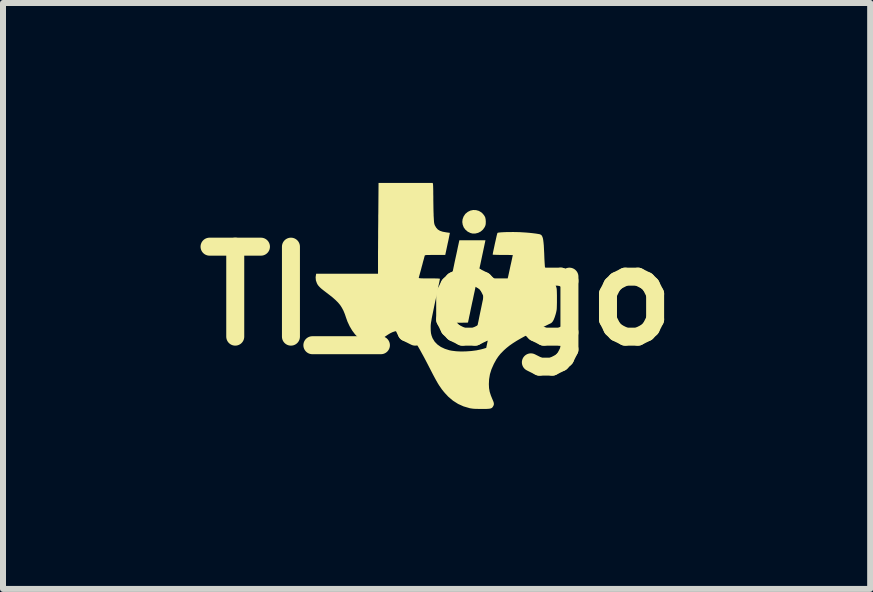
<source format=kicad_pcb>
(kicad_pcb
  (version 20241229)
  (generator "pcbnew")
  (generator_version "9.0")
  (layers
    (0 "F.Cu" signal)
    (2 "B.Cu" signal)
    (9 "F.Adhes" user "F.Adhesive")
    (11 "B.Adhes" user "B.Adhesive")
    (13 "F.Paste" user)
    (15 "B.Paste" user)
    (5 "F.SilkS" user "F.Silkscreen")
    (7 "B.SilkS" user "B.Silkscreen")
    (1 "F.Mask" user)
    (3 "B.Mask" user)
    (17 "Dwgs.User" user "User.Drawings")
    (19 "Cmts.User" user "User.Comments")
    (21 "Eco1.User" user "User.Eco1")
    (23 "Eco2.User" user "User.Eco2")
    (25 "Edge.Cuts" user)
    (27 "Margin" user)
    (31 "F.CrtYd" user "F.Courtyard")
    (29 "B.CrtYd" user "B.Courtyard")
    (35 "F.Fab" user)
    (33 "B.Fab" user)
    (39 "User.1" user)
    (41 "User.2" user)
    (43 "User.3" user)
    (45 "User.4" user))
  (footprint "TI_logo"
    (layer "F.Cu")
    (at 4.229 1.884)
    (property "Reference" "TI_logo" (at 0 0 0) (layer "F.SilkS") (effects (font (size 1.5 1.5) (thickness 0.3))))
    (attr board_only exclude_from_pos_files exclude_from_bom)
    (fp_poly (pts (xy 0.658 -1.431) (xy 0.704 -1.418) (xy 0.745 -1.394) (xy 0.764 -1.377) (xy 0.791 -1.345) (xy 0.809 -1.314) (xy 0.817 -1.279) (xy 0.82 -1.239) (xy 0.819 -1.207) (xy 0.816 -1.184) (xy 0.809 -1.164) (xy 0.801 -1.147) (xy 0.772 -1.106) (xy 0.735 -1.074) (xy 0.692 -1.052) (xy 0.645 -1.041) (xy 0.597 -1.041) (xy 0.563 -1.05) (xy 0.517 -1.073) (xy 0.48 -1.105) (xy 0.452 -1.143) (xy 0.435 -1.187) (xy 0.428 -1.233) (xy 0.433 -1.279) (xy 0.45 -1.325) (xy 0.478 -1.367) (xy 0.481 -1.37) (xy 0.52 -1.402) (xy 0.563 -1.423) (xy 0.61 -1.433)) (stroke (width 0) (type solid)) (fill yes) (layer "F.SilkS"))
    (fp_poly (pts (xy 0.77 -0.72) (xy 0.757 -0.659) (xy 0.743 -0.593) (xy 0.729 -0.527) (xy 0.715 -0.464) (xy 0.703 -0.408) (xy 0.695 -0.366) (xy 0.687 -0.328) (xy 0.676 -0.279) (xy 0.664 -0.22) (xy 0.65 -0.155) (xy 0.635 -0.084) (xy 0.619 -0.011) (xy 0.604 0.062) (xy 0.593 0.11) (xy 0.579 0.176) (xy 0.566 0.237) (xy 0.555 0.293) (xy 0.544 0.342) (xy 0.536 0.383) (xy 0.529 0.414) (xy 0.525 0.435) (xy 0.523 0.443) (xy 0.523 0.443) (xy 0.517 0.444) (xy 0.498 0.445) (xy 0.468 0.445) (xy 0.43 0.446) (xy 0.384 0.446) (xy 0.333 0.447) (xy 0.307 0.447) (xy 0.245 0.447) (xy 0.196 0.446) (xy 0.158 0.446) (xy 0.13 0.445) (xy 0.111 0.443) (xy 0.099 0.442) (xy 0.092 0.439) (xy 0.091 0.437) (xy 0.092 0.429) (xy 0.096 0.409) (xy 0.103 0.377) (xy 0.111 0.335) (xy 0.122 0.284) (xy 0.134 0.225) (xy 0.148 0.159) (xy 0.163 0.087) (xy 0.179 0.011) (xy 0.196 -0.069) (xy 0.214 -0.152) (xy 0.231 -0.235) (xy 0.249 -0.319) (xy 0.267 -0.402) (xy 0.284 -0.483) (xy 0.3 -0.561) (xy 0.316 -0.635) (xy 0.331 -0.703) (xy 0.344 -0.764) (xy 0.355 -0.818) (xy 0.365 -0.863) (xy 0.371 -0.891) (xy 0.379 -0.928) (xy 0.596 -0.928) (xy 0.814 -0.928)) (stroke (width 0) (type solid)) (fill yes) (layer "F.SilkS"))
    (fp_poly (pts (xy -0.06 -1.862) (xy -0.059 -1.849) (xy -0.058 -1.825) (xy -0.057 -1.791) (xy -0.056 -1.749) (xy -0.056 -1.701) (xy -0.055 -1.658) (xy -0.055 -1.599) (xy -0.054 -1.536) (xy -0.053 -1.473) (xy -0.052 -1.413) (xy -0.05 -1.362) (xy -0.05 -1.343) (xy -0.047 -1.295) (xy -0.045 -1.259) (xy -0.043 -1.231) (xy -0.04 -1.211) (xy -0.036 -1.195) (xy -0.031 -1.18) (xy -0.029 -1.176) (xy -0.007 -1.138) (xy 0.02 -1.108) (xy 0.056 -1.086) (xy 0.101 -1.071) (xy 0.157 -1.061) (xy 0.185 -1.057) (xy 0.207 -1.054) (xy 0.219 -1.052) (xy 0.221 -1.052) (xy 0.22 -1.045) (xy 0.216 -1.026) (xy 0.21 -0.997) (xy 0.203 -0.96) (xy 0.194 -0.916) (xy 0.183 -0.868) (xy 0.183 -0.867) (xy 0.144 -0.684) (xy -0.025 -0.684) (xy -0.078 -0.684) (xy -0.119 -0.683) (xy -0.149 -0.683) (xy -0.171 -0.682) (xy -0.184 -0.68) (xy -0.193 -0.678) (xy -0.197 -0.675) (xy -0.198 -0.672) (xy -0.201 -0.662) (xy -0.207 -0.64) (xy -0.215 -0.609) (xy -0.226 -0.571) (xy -0.237 -0.527) (xy -0.248 -0.488) (xy -0.26 -0.441) (xy -0.272 -0.398) (xy -0.282 -0.361) (xy -0.29 -0.332) (xy -0.295 -0.312) (xy -0.297 -0.305) (xy -0.298 -0.302) (xy -0.295 -0.299) (xy -0.288 -0.297) (xy -0.275 -0.295) (xy -0.255 -0.294) (xy -0.225 -0.293) (xy -0.185 -0.293) (xy -0.133 -0.293) (xy -0.123 -0.293) (xy -0.065 -0.293) (xy -0.018 -0.292) (xy 0.018 -0.291) (xy 0.043 -0.289) (xy 0.055 -0.287) (xy 0.056 -0.286) (xy 0.054 -0.278) (xy 0.05 -0.258) (xy 0.044 -0.227) (xy 0.035 -0.185) (xy 0.025 -0.136) (xy 0.013 -0.079) (xy -0.000184 -0.016) (xy -0.014 0.052) (xy -0.022 0.085) (xy -0.039 0.166) (xy -0.053 0.235) (xy -0.065 0.293) (xy -0.075 0.341) (xy -0.083 0.381) (xy -0.088 0.414) (xy -0.093 0.441) (xy -0.096 0.463) (xy -0.098 0.483) (xy -0.099 0.501) (xy -0.099 0.519) (xy -0.099 0.527) (xy -0.098 0.579) (xy -0.094 0.621) (xy -0.085 0.658) (xy -0.072 0.694) (xy -0.064 0.711) (xy -0.031 0.764) (xy 0.014 0.81) (xy 0.071 0.85) (xy 0.137 0.881) (xy 0.212 0.905) (xy 0.253 0.913) (xy 0.325 0.922) (xy 0.406 0.926) (xy 0.492 0.924) (xy 0.579 0.918) (xy 0.663 0.907) (xy 0.74 0.891) (xy 0.784 0.879) (xy 0.827 0.866) (xy 0.858 0.717) (xy 0.867 0.673) (xy 0.875 0.634) (xy 0.882 0.601) (xy 0.887 0.577) (xy 0.89 0.563) (xy 0.891 0.561) (xy 0.886 0.559) (xy 0.87 0.561) (xy 0.844 0.566) (xy 0.843 0.567) (xy 0.793 0.577) (xy 0.75 0.583) (xy 0.715 0.584) (xy 0.689 0.58) (xy 0.674 0.571) (xy 0.67 0.56) (xy 0.671 0.552) (xy 0.674 0.535) (xy 0.68 0.507) (xy 0.687 0.468) (xy 0.698 0.418) (xy 0.71 0.357) (xy 0.725 0.284) (xy 0.743 0.199) (xy 0.763 0.102) (xy 0.787 -0.009) (xy 0.813 -0.132) (xy 0.818 -0.155) (xy 0.847 -0.293) (xy 1.016 -0.293) (xy 1.185 -0.293) (xy 1.189 -0.309) (xy 1.192 -0.321) (xy 1.197 -0.344) (xy 1.204 -0.375) (xy 1.212 -0.412) (xy 1.221 -0.454) (xy 1.23 -0.497) (xy 1.24 -0.541) (xy 1.249 -0.582) (xy 1.257 -0.619) (xy 1.263 -0.649) (xy 1.268 -0.67) (xy 1.27 -0.68) (xy 1.27 -0.681) (xy 1.263 -0.682) (xy 1.245 -0.682) (xy 1.216 -0.683) (xy 1.179 -0.684) (xy 1.135 -0.684) (xy 1.103 -0.684) (xy 1.056 -0.684) (xy 1.014 -0.685) (xy 0.979 -0.686) (xy 0.953 -0.687) (xy 0.938 -0.688) (xy 0.935 -0.689) (xy 0.936 -0.7) (xy 0.94 -0.722) (xy 0.946 -0.752) (xy 0.954 -0.789) (xy 0.963 -0.831) (xy 0.972 -0.874) (xy 0.982 -0.917) (xy 0.991 -0.958) (xy 0.999 -0.994) (xy 1.006 -1.023) (xy 1.012 -1.043) (xy 1.014 -1.051) (xy 1.015 -1.051) (xy 1.025 -1.055) (xy 1.047 -1.058) (xy 1.08 -1.061) (xy 1.12 -1.063) (xy 1.167 -1.065) (xy 1.219 -1.065) (xy 1.272 -1.066) (xy 1.326 -1.065) (xy 1.379 -1.064) (xy 1.428 -1.061) (xy 1.43 -1.061) (xy 1.492 -1.057) (xy 1.551 -1.052) (xy 1.605 -1.046) (xy 1.653 -1.04) (xy 1.691 -1.034) (xy 1.718 -1.029) (xy 1.727 -1.026) (xy 1.741 -1.018) (xy 1.753 -1.007) (xy 1.762 -0.989) (xy 1.771 -0.965) (xy 1.777 -0.934) (xy 1.782 -0.893) (xy 1.787 -0.841) (xy 1.79 -0.779) (xy 1.794 -0.703) (xy 1.794 -0.701) (xy 1.797 -0.619) (xy 1.801 -0.55) (xy 1.805 -0.492) (xy 1.81 -0.444) (xy 1.816 -0.403) (xy 1.823 -0.37) (xy 1.831 -0.342) (xy 1.841 -0.318) (xy 1.842 -0.316) (xy 1.855 -0.292) (xy 1.867 -0.277) (xy 1.882 -0.265) (xy 1.906 -0.253) (xy 1.908 -0.252) (xy 1.94 -0.234) (xy 1.963 -0.214) (xy 1.98 -0.188) (xy 1.993 -0.153) (xy 1.997 -0.14) (xy 2.001 -0.124) (xy 2.003 -0.106) (xy 2.004 -0.082) (xy 2.005 -0.05) (xy 2.006 -0.009) (xy 2.006 0.043) (xy 2.006 0.056) (xy 2.006 0.11) (xy 2.005 0.152) (xy 2.004 0.185) (xy 2.003 0.212) (xy 2.001 0.233) (xy 1.997 0.253) (xy 1.993 0.273) (xy 1.987 0.295) (xy 1.987 0.297) (xy 1.969 0.354) (xy 1.951 0.399) (xy 1.932 0.431) (xy 1.912 0.451) (xy 1.905 0.455) (xy 1.893 0.461) (xy 1.869 0.472) (xy 1.837 0.488) (xy 1.798 0.507) (xy 1.753 0.529) (xy 1.705 0.552) (xy 1.689 0.56) (xy 1.584 0.612) (xy 1.491 0.66) (xy 1.409 0.705) (xy 1.336 0.747) (xy 1.273 0.787) (xy 1.217 0.826) (xy 1.168 0.865) (xy 1.124 0.904) (xy 1.111 0.917) (xy 1.065 0.964) (xy 1.028 1.01) (xy 0.995 1.059) (xy 0.963 1.117) (xy 0.954 1.134) (xy 0.915 1.221) (xy 0.889 1.305) (xy 0.875 1.389) (xy 0.871 1.469) (xy 0.874 1.536) (xy 0.885 1.599) (xy 0.905 1.661) (xy 0.928 1.717) (xy 0.944 1.754) (xy 0.953 1.782) (xy 0.955 1.805) (xy 0.95 1.825) (xy 0.942 1.84) (xy 0.933 1.854) (xy 0.923 1.865) (xy 0.91 1.872) (xy 0.892 1.878) (xy 0.867 1.881) (xy 0.834 1.883) (xy 0.791 1.884) (xy 0.745 1.883) (xy 0.69 1.883) (xy 0.646 1.882) (xy 0.61 1.88) (xy 0.581 1.876) (xy 0.555 1.872) (xy 0.548 1.87) (xy 0.449 1.841) (xy 0.358 1.8) (xy 0.273 1.746) (xy 0.196 1.681) (xy 0.139 1.62) (xy 0.112 1.588) (xy 0.088 1.558) (xy 0.066 1.526) (xy 0.043 1.493) (xy 0.02 1.456) (xy -0.004 1.414) (xy -0.031 1.365) (xy -0.062 1.307) (xy -0.097 1.239) (xy -0.117 1.2) (xy -0.165 1.107) (xy -0.208 1.025) (xy -0.247 0.954) (xy -0.281 0.892) (xy -0.312 0.839) (xy -0.34 0.794) (xy -0.366 0.754) (xy -0.39 0.721) (xy -0.414 0.691) (xy -0.437 0.665) (xy -0.447 0.655) (xy -0.485 0.62) (xy -0.523 0.597) (xy -0.562 0.584) (xy -0.608 0.58) (xy -0.632 0.581) (xy -0.667 0.585) (xy -0.701 0.592) (xy -0.734 0.603) (xy -0.77 0.62) (xy -0.81 0.644) (xy -0.856 0.675) (xy -0.907 0.713) (xy -0.963 0.749) (xy -1.017 0.774) (xy -1.07 0.789) (xy -1.118 0.792) (xy -1.142 0.789) (xy -1.199 0.769) (xy -1.255 0.737) (xy -1.309 0.693) (xy -1.361 0.639) (xy -1.408 0.576) (xy -1.45 0.505) (xy -1.486 0.428) (xy -1.508 0.367) (xy -1.53 0.302) (xy -1.553 0.246) (xy -1.579 0.197) (xy -1.608 0.152) (xy -1.643 0.11) (xy -1.685 0.068) (xy -1.736 0.023) (xy -1.797 -0.025) (xy -1.804 -0.03) (xy -1.852 -0.067) (xy -1.891 -0.097) (xy -1.921 -0.121) (xy -1.944 -0.142) (xy -1.961 -0.16) (xy -1.975 -0.176) (xy -1.986 -0.193) (xy -1.996 -0.212) (xy -1.996 -0.212) (xy -2.013 -0.261) (xy -2.017 -0.312) (xy -2.012 -0.348) (xy -2.008 -0.37) (xy -1.492 -0.37) (xy -0.977 -0.37) (xy -0.977 -0.619) (xy -0.977 -0.67) (xy -0.977 -0.733) (xy -0.976 -0.805) (xy -0.976 -0.886) (xy -0.975 -0.973) (xy -0.975 -1.065) (xy -0.974 -1.158) (xy -0.973 -1.252) (xy -0.973 -1.344) (xy -0.972 -1.376) (xy -0.968 -1.884) (xy -0.516 -1.884) (xy -0.065 -1.884)) (stroke (width 0) (type solid)) (fill yes) (layer "F.SilkS")))
  (gr_rect
    (start -3 -3)
    (end 11.457 6.768)
    (stroke (width 0.1) (type default))
    (fill no)
    (layer "Edge.Cuts")))
</source>
